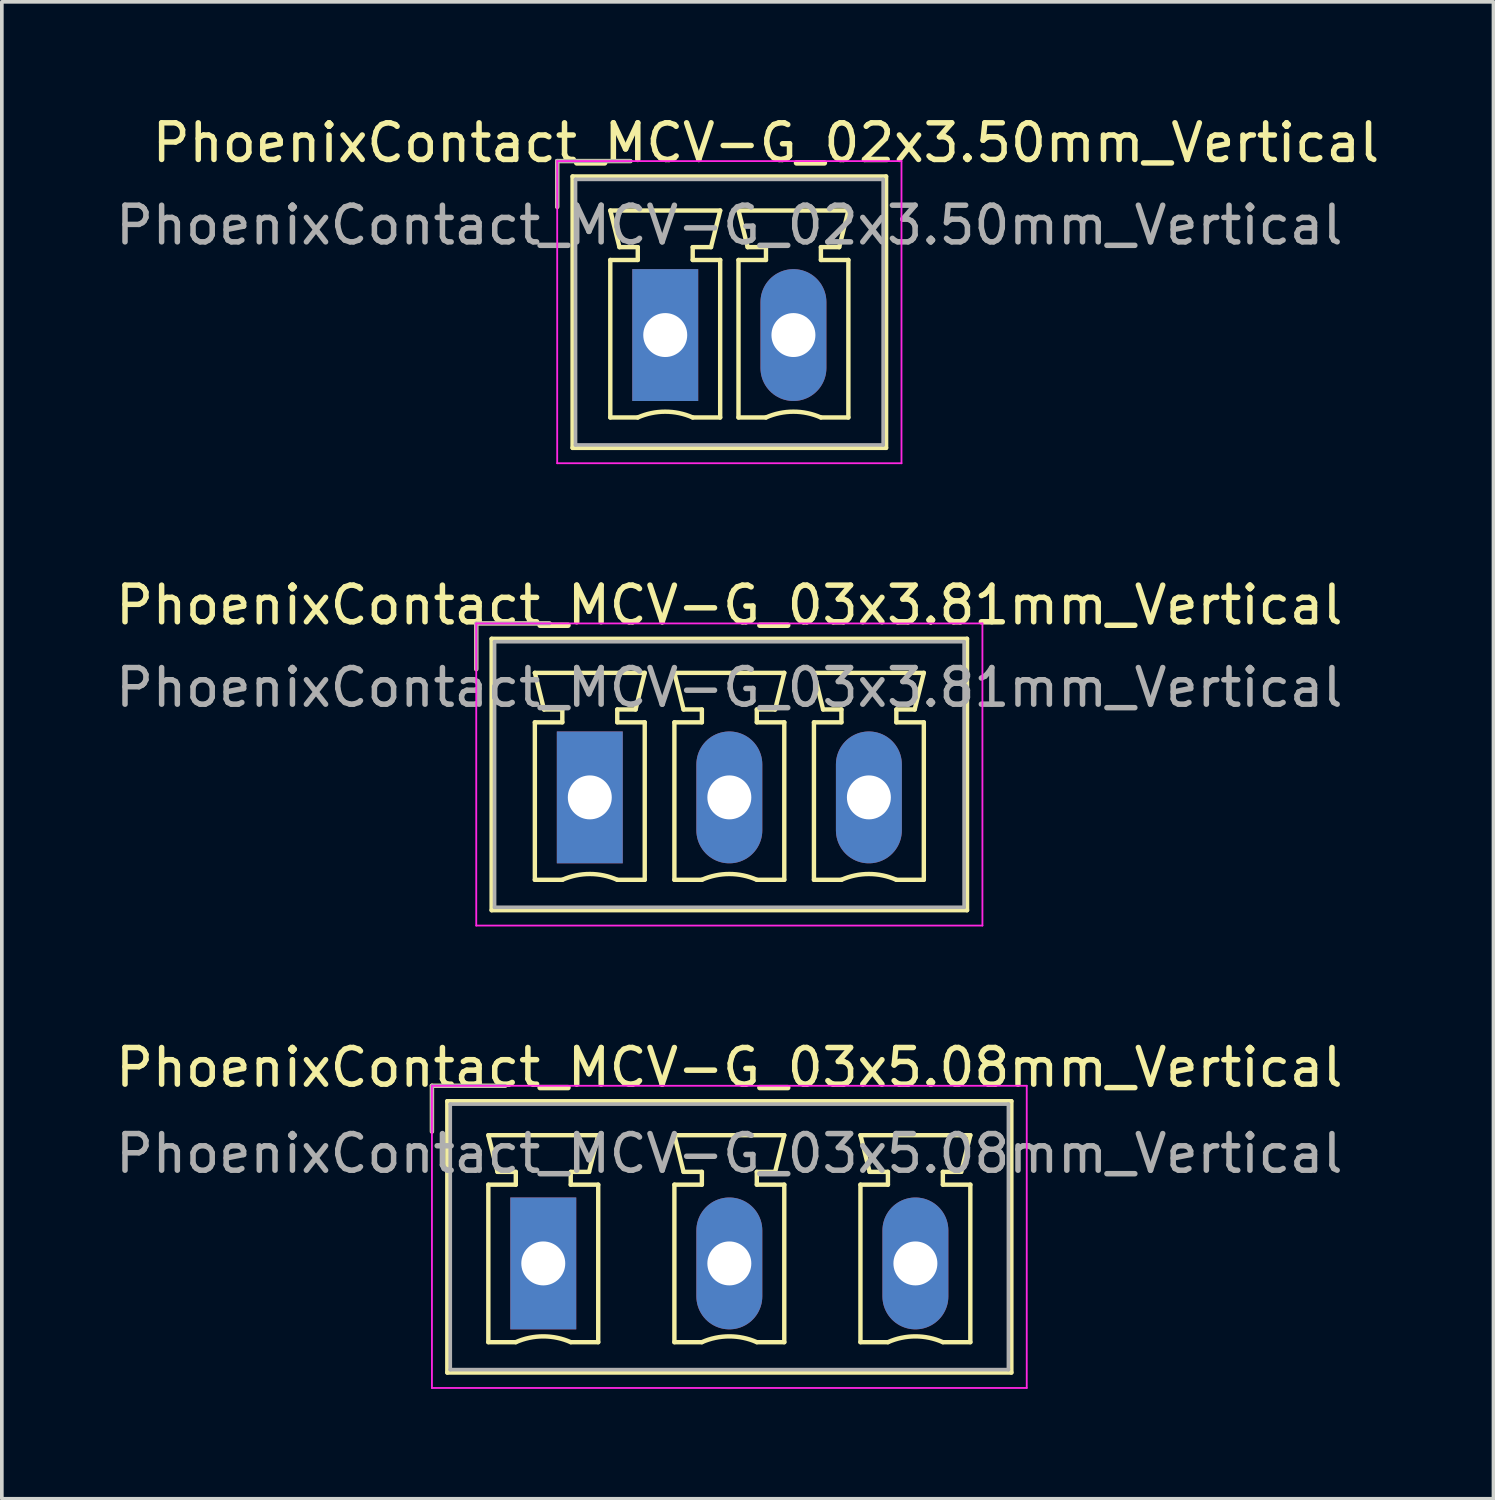
<source format=kicad_pcb>
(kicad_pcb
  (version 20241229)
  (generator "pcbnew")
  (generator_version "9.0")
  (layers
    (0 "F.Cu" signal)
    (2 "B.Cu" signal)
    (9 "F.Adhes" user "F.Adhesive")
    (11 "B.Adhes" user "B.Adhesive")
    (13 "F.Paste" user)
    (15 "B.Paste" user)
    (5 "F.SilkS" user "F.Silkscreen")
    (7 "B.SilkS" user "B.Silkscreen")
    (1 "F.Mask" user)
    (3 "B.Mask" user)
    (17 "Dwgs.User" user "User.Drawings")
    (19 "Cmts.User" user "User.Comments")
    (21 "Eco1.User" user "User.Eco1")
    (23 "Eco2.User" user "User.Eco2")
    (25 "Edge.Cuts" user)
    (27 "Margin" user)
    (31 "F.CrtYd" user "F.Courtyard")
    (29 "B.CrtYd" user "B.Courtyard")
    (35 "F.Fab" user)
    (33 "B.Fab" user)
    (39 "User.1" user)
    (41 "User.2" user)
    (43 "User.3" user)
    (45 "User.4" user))
  (footprint "PhoenixContact_MCV-G_02x3.50mm_Vertical"
    (layer "F.Cu")
    (at 15.113 6.098)
    (property "Reference" "PhoenixContact_MCV-G_02x3.50mm_Vertical" (at 2.75 -5.25 0) (layer "F.SilkS") (effects (font (size 1 1) (thickness 0.15))))
    (attr through_hole)
    (fp_line (start -2.95 -4.75) (end -0.95 -4.75) (stroke (width 0.12) (type solid)) (layer "F.SilkS"))
    (fp_line (start -2.95 -3.5) (end -2.95 -4.75) (stroke (width 0.12) (type solid)) (layer "F.SilkS"))
    (fp_line (start -2.53 -4.33) (end -2.53 3.08) (stroke (width 0.12) (type solid)) (layer "F.SilkS"))
    (fp_line (start -2.53 3.08) (end 6.03 3.08) (stroke (width 0.12) (type solid)) (layer "F.SilkS"))
    (fp_line (start -1.5 -3.4) (end 1.5 -3.4) (stroke (width 0.12) (type solid)) (layer "F.SilkS"))
    (fp_line (start -1.5 -2.05) (end -0.75 -2.05) (stroke (width 0.12) (type solid)) (layer "F.SilkS"))
    (fp_line (start -1.5 2.25) (end -1.5 -2.05) (stroke (width 0.12) (type solid)) (layer "F.SilkS"))
    (fp_line (start -1.25 -2.4) (end -1.5 -3.4) (stroke (width 0.12) (type solid)) (layer "F.SilkS"))
    (fp_line (start -0.75 -2.4) (end -1.25 -2.4) (stroke (width 0.12) (type solid)) (layer "F.SilkS"))
    (fp_line (start -0.75 -2.05) (end -0.75 -2.4) (stroke (width 0.12) (type solid)) (layer "F.SilkS"))
    (fp_line (start -0.75 2.25) (end -1.5 2.25) (stroke (width 0.12) (type solid)) (layer "F.SilkS"))
    (fp_line (start 0.75 -2.4) (end 0.75 -2.05) (stroke (width 0.12) (type solid)) (layer "F.SilkS"))
    (fp_line (start 0.75 -2.05) (end 1.5 -2.05) (stroke (width 0.12) (type solid)) (layer "F.SilkS"))
    (fp_line (start 1.25 -2.4) (end 0.75 -2.4) (stroke (width 0.12) (type solid)) (layer "F.SilkS"))
    (fp_line (start 1.5 -3.4) (end 1.25 -2.4) (stroke (width 0.12) (type solid)) (layer "F.SilkS"))
    (fp_line (start 1.5 -2.05) (end 1.5 2.25) (stroke (width 0.12) (type solid)) (layer "F.SilkS"))
    (fp_line (start 1.5 2.25) (end 0.75 2.25) (stroke (width 0.12) (type solid)) (layer "F.SilkS"))
    (fp_line (start 2 -3.4) (end 5 -3.4) (stroke (width 0.12) (type solid)) (layer "F.SilkS"))
    (fp_line (start 2 -2.05) (end 2.75 -2.05) (stroke (width 0.12) (type solid)) (layer "F.SilkS"))
    (fp_line (start 2 2.25) (end 2 -2.05) (stroke (width 0.12) (type solid)) (layer "F.SilkS"))
    (fp_line (start 2.25 -2.4) (end 2 -3.4) (stroke (width 0.12) (type solid)) (layer "F.SilkS"))
    (fp_line (start 2.75 -2.4) (end 2.25 -2.4) (stroke (width 0.12) (type solid)) (layer "F.SilkS"))
    (fp_line (start 2.75 -2.05) (end 2.75 -2.4) (stroke (width 0.12) (type solid)) (layer "F.SilkS"))
    (fp_line (start 2.75 2.25) (end 2 2.25) (stroke (width 0.12) (type solid)) (layer "F.SilkS"))
    (fp_line (start 4.25 -2.4) (end 4.25 -2.05) (stroke (width 0.12) (type solid)) (layer "F.SilkS"))
    (fp_line (start 4.25 -2.05) (end 5 -2.05) (stroke (width 0.12) (type solid)) (layer "F.SilkS"))
    (fp_line (start 4.75 -2.4) (end 4.25 -2.4) (stroke (width 0.12) (type solid)) (layer "F.SilkS"))
    (fp_line (start 5 -3.4) (end 4.75 -2.4) (stroke (width 0.12) (type solid)) (layer "F.SilkS"))
    (fp_line (start 5 -2.05) (end 5 2.25) (stroke (width 0.12) (type solid)) (layer "F.SilkS"))
    (fp_line (start 5 2.25) (end 4.25 2.25) (stroke (width 0.12) (type solid)) (layer "F.SilkS"))
    (fp_line (start 6.03 -4.33) (end -2.53 -4.33) (stroke (width 0.12) (type solid)) (layer "F.SilkS"))
    (fp_line (start 6.03 3.08) (end 6.03 -4.33) (stroke (width 0.12) (type solid)) (layer "F.SilkS"))
    (fp_arc (start -0.75 2.25) (mid -0.000193 2.09191) (end 0.749647 2.249844) (stroke (width 0.12) (type solid)) (layer "F.SilkS"))
    (fp_arc (start 2.75 2.25) (mid 3.499807 2.09191) (end 4.249647 2.249844) (stroke (width 0.12) (type solid)) (layer "F.SilkS"))
    (fp_line (start -2.95 -4.75) (end -2.95 3.5) (stroke (width 0.05) (type solid)) (layer "F.CrtYd"))
    (fp_line (start -2.95 3.5) (end 6.45 3.5) (stroke (width 0.05) (type solid)) (layer "F.CrtYd"))
    (fp_line (start 6.45 -4.75) (end -2.95 -4.75) (stroke (width 0.05) (type solid)) (layer "F.CrtYd"))
    (fp_line (start 6.45 3.5) (end 6.45 -4.75) (stroke (width 0.05) (type solid)) (layer "F.CrtYd"))
    (fp_line (start -2.95 -4.75) (end -0.95 -4.75) (stroke (width 0.1) (type solid)) (layer "F.Fab"))
    (fp_line (start -2.95 -3.5) (end -2.95 -4.75) (stroke (width 0.1) (type solid)) (layer "F.Fab"))
    (fp_line (start -2.45 -4.25) (end -2.45 3) (stroke (width 0.1) (type solid)) (layer "F.Fab"))
    (fp_line (start -2.45 3) (end 5.95 3) (stroke (width 0.1) (type solid)) (layer "F.Fab"))
    (fp_line (start 5.95 -4.25) (end -2.45 -4.25) (stroke (width 0.1) (type solid)) (layer "F.Fab"))
    (fp_line (start 5.95 3) (end 5.95 -4.25) (stroke (width 0.1) (type solid)) (layer "F.Fab"))
    (fp_text user "${REFERENCE}" (at 1.75 -3 0) (layer "F.Fab") (effects (font (size 1 1) (thickness 0.15))))
    (pad "1" thru_hole rect (at 0 0) (size 1.8 3.6) (drill 1.2) (layers "*.Cu" "*.Mask"))
    (pad "2" thru_hole oval (at 3.5 0) (size 1.8 3.6) (drill 1.2) (layers "*.Cu" "*.Mask")))
  (footprint "PhoenixContact_MCV-G_03x5.08mm_Vertical"
    (layer "F.Cu")
    (at 11.783 31.445)
    (property "Reference" "PhoenixContact_MCV-G_03x5.08mm_Vertical" (at 5.08 -5.35 0) (layer "F.SilkS") (effects (font (size 1 1) (thickness 0.15))))
    (attr through_hole)
    (fp_line (start -3.04 -4.85) (end -1.04 -4.85) (stroke (width 0.12) (type solid)) (layer "F.SilkS"))
    (fp_line (start -3.04 -3.6) (end -3.04 -4.85) (stroke (width 0.12) (type solid)) (layer "F.SilkS"))
    (fp_line (start -2.62 -4.43) (end -2.62 2.98) (stroke (width 0.12) (type solid)) (layer "F.SilkS"))
    (fp_line (start -2.62 2.98) (end 12.78 2.98) (stroke (width 0.12) (type solid)) (layer "F.SilkS"))
    (fp_line (start -1.5 -3.5) (end 1.5 -3.5) (stroke (width 0.12) (type solid)) (layer "F.SilkS"))
    (fp_line (start -1.5 -2.15) (end -0.75 -2.15) (stroke (width 0.12) (type solid)) (layer "F.SilkS"))
    (fp_line (start -1.5 2.15) (end -1.5 -2.15) (stroke (width 0.12) (type solid)) (layer "F.SilkS"))
    (fp_line (start -1.25 -2.5) (end -1.5 -3.5) (stroke (width 0.12) (type solid)) (layer "F.SilkS"))
    (fp_line (start -0.75 -2.5) (end -1.25 -2.5) (stroke (width 0.12) (type solid)) (layer "F.SilkS"))
    (fp_line (start -0.75 -2.15) (end -0.75 -2.5) (stroke (width 0.12) (type solid)) (layer "F.SilkS"))
    (fp_line (start -0.75 2.15) (end -1.5 2.15) (stroke (width 0.12) (type solid)) (layer "F.SilkS"))
    (fp_line (start 0.75 -2.5) (end 0.75 -2.15) (stroke (width 0.12) (type solid)) (layer "F.SilkS"))
    (fp_line (start 0.75 -2.15) (end 1.5 -2.15) (stroke (width 0.12) (type solid)) (layer "F.SilkS"))
    (fp_line (start 1.25 -2.5) (end 0.75 -2.5) (stroke (width 0.12) (type solid)) (layer "F.SilkS"))
    (fp_line (start 1.5 -3.5) (end 1.25 -2.5) (stroke (width 0.12) (type solid)) (layer "F.SilkS"))
    (fp_line (start 1.5 -2.15) (end 1.5 2.15) (stroke (width 0.12) (type solid)) (layer "F.SilkS"))
    (fp_line (start 1.5 2.15) (end 0.75 2.15) (stroke (width 0.12) (type solid)) (layer "F.SilkS"))
    (fp_line (start 3.58 -3.5) (end 6.58 -3.5) (stroke (width 0.12) (type solid)) (layer "F.SilkS"))
    (fp_line (start 3.58 -2.15) (end 4.33 -2.15) (stroke (width 0.12) (type solid)) (layer "F.SilkS"))
    (fp_line (start 3.58 2.15) (end 3.58 -2.15) (stroke (width 0.12) (type solid)) (layer "F.SilkS"))
    (fp_line (start 3.83 -2.5) (end 3.58 -3.5) (stroke (width 0.12) (type solid)) (layer "F.SilkS"))
    (fp_line (start 4.33 -2.5) (end 3.83 -2.5) (stroke (width 0.12) (type solid)) (layer "F.SilkS"))
    (fp_line (start 4.33 -2.15) (end 4.33 -2.5) (stroke (width 0.12) (type solid)) (layer "F.SilkS"))
    (fp_line (start 4.33 2.15) (end 3.58 2.15) (stroke (width 0.12) (type solid)) (layer "F.SilkS"))
    (fp_line (start 5.83 -2.5) (end 5.83 -2.15) (stroke (width 0.12) (type solid)) (layer "F.SilkS"))
    (fp_line (start 5.83 -2.15) (end 6.58 -2.15) (stroke (width 0.12) (type solid)) (layer "F.SilkS"))
    (fp_line (start 6.33 -2.5) (end 5.83 -2.5) (stroke (width 0.12) (type solid)) (layer "F.SilkS"))
    (fp_line (start 6.58 -3.5) (end 6.33 -2.5) (stroke (width 0.12) (type solid)) (layer "F.SilkS"))
    (fp_line (start 6.58 -2.15) (end 6.58 2.15) (stroke (width 0.12) (type solid)) (layer "F.SilkS"))
    (fp_line (start 6.58 2.15) (end 5.83 2.15) (stroke (width 0.12) (type solid)) (layer "F.SilkS"))
    (fp_line (start 8.66 -3.5) (end 11.66 -3.5) (stroke (width 0.12) (type solid)) (layer "F.SilkS"))
    (fp_line (start 8.66 -2.15) (end 9.41 -2.15) (stroke (width 0.12) (type solid)) (layer "F.SilkS"))
    (fp_line (start 8.66 2.15) (end 8.66 -2.15) (stroke (width 0.12) (type solid)) (layer "F.SilkS"))
    (fp_line (start 8.91 -2.5) (end 8.66 -3.5) (stroke (width 0.12) (type solid)) (layer "F.SilkS"))
    (fp_line (start 9.41 -2.5) (end 8.91 -2.5) (stroke (width 0.12) (type solid)) (layer "F.SilkS"))
    (fp_line (start 9.41 -2.15) (end 9.41 -2.5) (stroke (width 0.12) (type solid)) (layer "F.SilkS"))
    (fp_line (start 9.41 2.15) (end 8.66 2.15) (stroke (width 0.12) (type solid)) (layer "F.SilkS"))
    (fp_line (start 10.91 -2.5) (end 10.91 -2.15) (stroke (width 0.12) (type solid)) (layer "F.SilkS"))
    (fp_line (start 10.91 -2.15) (end 11.66 -2.15) (stroke (width 0.12) (type solid)) (layer "F.SilkS"))
    (fp_line (start 11.41 -2.5) (end 10.91 -2.5) (stroke (width 0.12) (type solid)) (layer "F.SilkS"))
    (fp_line (start 11.66 -3.5) (end 11.41 -2.5) (stroke (width 0.12) (type solid)) (layer "F.SilkS"))
    (fp_line (start 11.66 -2.15) (end 11.66 2.15) (stroke (width 0.12) (type solid)) (layer "F.SilkS"))
    (fp_line (start 11.66 2.15) (end 10.91 2.15) (stroke (width 0.12) (type solid)) (layer "F.SilkS"))
    (fp_line (start 12.78 -4.43) (end -2.62 -4.43) (stroke (width 0.12) (type solid)) (layer "F.SilkS"))
    (fp_line (start 12.78 2.98) (end 12.78 -4.43) (stroke (width 0.12) (type solid)) (layer "F.SilkS"))
    (fp_arc (start -0.75 2.15) (mid -0.000193 1.99191) (end 0.749647 2.149844) (stroke (width 0.12) (type solid)) (layer "F.SilkS"))
    (fp_arc (start 4.33 2.15) (mid 5.079807 1.99191) (end 5.829647 2.149844) (stroke (width 0.12) (type solid)) (layer "F.SilkS"))
    (fp_arc (start 9.41 2.15) (mid 10.159807 1.99191) (end 10.909647 2.149844) (stroke (width 0.12) (type solid)) (layer "F.SilkS"))
    (fp_line (start -3.04 -4.85) (end -3.04 3.4) (stroke (width 0.05) (type solid)) (layer "F.CrtYd"))
    (fp_line (start -3.04 3.4) (end 13.2 3.4) (stroke (width 0.05) (type solid)) (layer "F.CrtYd"))
    (fp_line (start 13.2 -4.85) (end -3.04 -4.85) (stroke (width 0.05) (type solid)) (layer "F.CrtYd"))
    (fp_line (start 13.2 3.4) (end 13.2 -4.85) (stroke (width 0.05) (type solid)) (layer "F.CrtYd"))
    (fp_line (start -3.04 -4.85) (end -1.04 -4.85) (stroke (width 0.1) (type solid)) (layer "F.Fab"))
    (fp_line (start -3.04 -3.6) (end -3.04 -4.85) (stroke (width 0.1) (type solid)) (layer "F.Fab"))
    (fp_line (start -2.54 -4.35) (end -2.54 2.9) (stroke (width 0.1) (type solid)) (layer "F.Fab"))
    (fp_line (start -2.54 2.9) (end 12.7 2.9) (stroke (width 0.1) (type solid)) (layer "F.Fab"))
    (fp_line (start 12.7 -4.35) (end -2.54 -4.35) (stroke (width 0.1) (type solid)) (layer "F.Fab"))
    (fp_line (start 12.7 2.9) (end 12.7 -4.35) (stroke (width 0.1) (type solid)) (layer "F.Fab"))
    (fp_text user "${REFERENCE}" (at 5.08 -3 0) (layer "F.Fab") (effects (font (size 1 1) (thickness 0.15))))
    (pad "1" thru_hole rect (at 0 0) (size 1.8 3.6) (drill 1.2) (layers "*.Cu" "*.Mask"))
    (pad "2" thru_hole oval (at 5.08 0) (size 1.8 3.6) (drill 1.2) (layers "*.Cu" "*.Mask"))
    (pad "3" thru_hole oval (at 10.16 0) (size 1.8 3.6) (drill 1.2) (layers "*.Cu" "*.Mask")))
  (footprint "PhoenixContact_MCV-G_03x3.81mm_Vertical"
    (layer "F.Cu")
    (at 13.053 18.721)
    (property "Reference" "PhoenixContact_MCV-G_03x3.81mm_Vertical" (at 3.81 -5.25 0) (layer "F.SilkS") (effects (font (size 1 1) (thickness 0.15))))
    (attr through_hole)
    (fp_line (start -3.1 -4.75) (end -1.1 -4.75) (stroke (width 0.12) (type solid)) (layer "F.SilkS"))
    (fp_line (start -3.1 -3.5) (end -3.1 -4.75) (stroke (width 0.12) (type solid)) (layer "F.SilkS"))
    (fp_line (start -2.68 -4.33) (end -2.68 3.08) (stroke (width 0.12) (type solid)) (layer "F.SilkS"))
    (fp_line (start -2.68 3.08) (end 10.3 3.08) (stroke (width 0.12) (type solid)) (layer "F.SilkS"))
    (fp_line (start -1.5 -3.4) (end 1.5 -3.4) (stroke (width 0.12) (type solid)) (layer "F.SilkS"))
    (fp_line (start -1.5 -2.05) (end -0.75 -2.05) (stroke (width 0.12) (type solid)) (layer "F.SilkS"))
    (fp_line (start -1.5 2.25) (end -1.5 -2.05) (stroke (width 0.12) (type solid)) (layer "F.SilkS"))
    (fp_line (start -1.25 -2.4) (end -1.5 -3.4) (stroke (width 0.12) (type solid)) (layer "F.SilkS"))
    (fp_line (start -0.75 -2.4) (end -1.25 -2.4) (stroke (width 0.12) (type solid)) (layer "F.SilkS"))
    (fp_line (start -0.75 -2.05) (end -0.75 -2.4) (stroke (width 0.12) (type solid)) (layer "F.SilkS"))
    (fp_line (start -0.75 2.25) (end -1.5 2.25) (stroke (width 0.12) (type solid)) (layer "F.SilkS"))
    (fp_line (start 0.75 -2.4) (end 0.75 -2.05) (stroke (width 0.12) (type solid)) (layer "F.SilkS"))
    (fp_line (start 0.75 -2.05) (end 1.5 -2.05) (stroke (width 0.12) (type solid)) (layer "F.SilkS"))
    (fp_line (start 1.25 -2.4) (end 0.75 -2.4) (stroke (width 0.12) (type solid)) (layer "F.SilkS"))
    (fp_line (start 1.5 -3.4) (end 1.25 -2.4) (stroke (width 0.12) (type solid)) (layer "F.SilkS"))
    (fp_line (start 1.5 -2.05) (end 1.5 2.25) (stroke (width 0.12) (type solid)) (layer "F.SilkS"))
    (fp_line (start 1.5 2.25) (end 0.75 2.25) (stroke (width 0.12) (type solid)) (layer "F.SilkS"))
    (fp_line (start 2.31 -3.4) (end 5.31 -3.4) (stroke (width 0.12) (type solid)) (layer "F.SilkS"))
    (fp_line (start 2.31 -2.05) (end 3.06 -2.05) (stroke (width 0.12) (type solid)) (layer "F.SilkS"))
    (fp_line (start 2.31 2.25) (end 2.31 -2.05) (stroke (width 0.12) (type solid)) (layer "F.SilkS"))
    (fp_line (start 2.56 -2.4) (end 2.31 -3.4) (stroke (width 0.12) (type solid)) (layer "F.SilkS"))
    (fp_line (start 3.06 -2.4) (end 2.56 -2.4) (stroke (width 0.12) (type solid)) (layer "F.SilkS"))
    (fp_line (start 3.06 -2.05) (end 3.06 -2.4) (stroke (width 0.12) (type solid)) (layer "F.SilkS"))
    (fp_line (start 3.06 2.25) (end 2.31 2.25) (stroke (width 0.12) (type solid)) (layer "F.SilkS"))
    (fp_line (start 4.56 -2.4) (end 4.56 -2.05) (stroke (width 0.12) (type solid)) (layer "F.SilkS"))
    (fp_line (start 4.56 -2.05) (end 5.31 -2.05) (stroke (width 0.12) (type solid)) (layer "F.SilkS"))
    (fp_line (start 5.06 -2.4) (end 4.56 -2.4) (stroke (width 0.12) (type solid)) (layer "F.SilkS"))
    (fp_line (start 5.31 -3.4) (end 5.06 -2.4) (stroke (width 0.12) (type solid)) (layer "F.SilkS"))
    (fp_line (start 5.31 -2.05) (end 5.31 2.25) (stroke (width 0.12) (type solid)) (layer "F.SilkS"))
    (fp_line (start 5.31 2.25) (end 4.56 2.25) (stroke (width 0.12) (type solid)) (layer "F.SilkS"))
    (fp_line (start 6.12 -3.4) (end 9.12 -3.4) (stroke (width 0.12) (type solid)) (layer "F.SilkS"))
    (fp_line (start 6.12 -2.05) (end 6.87 -2.05) (stroke (width 0.12) (type solid)) (layer "F.SilkS"))
    (fp_line (start 6.12 2.25) (end 6.12 -2.05) (stroke (width 0.12) (type solid)) (layer "F.SilkS"))
    (fp_line (start 6.37 -2.4) (end 6.12 -3.4) (stroke (width 0.12) (type solid)) (layer "F.SilkS"))
    (fp_line (start 6.87 -2.4) (end 6.37 -2.4) (stroke (width 0.12) (type solid)) (layer "F.SilkS"))
    (fp_line (start 6.87 -2.05) (end 6.87 -2.4) (stroke (width 0.12) (type solid)) (layer "F.SilkS"))
    (fp_line (start 6.87 2.25) (end 6.12 2.25) (stroke (width 0.12) (type solid)) (layer "F.SilkS"))
    (fp_line (start 8.37 -2.4) (end 8.37 -2.05) (stroke (width 0.12) (type solid)) (layer "F.SilkS"))
    (fp_line (start 8.37 -2.05) (end 9.12 -2.05) (stroke (width 0.12) (type solid)) (layer "F.SilkS"))
    (fp_line (start 8.87 -2.4) (end 8.37 -2.4) (stroke (width 0.12) (type solid)) (layer "F.SilkS"))
    (fp_line (start 9.12 -3.4) (end 8.87 -2.4) (stroke (width 0.12) (type solid)) (layer "F.SilkS"))
    (fp_line (start 9.12 -2.05) (end 9.12 2.25) (stroke (width 0.12) (type solid)) (layer "F.SilkS"))
    (fp_line (start 9.12 2.25) (end 8.37 2.25) (stroke (width 0.12) (type solid)) (layer "F.SilkS"))
    (fp_line (start 10.3 -4.33) (end -2.68 -4.33) (stroke (width 0.12) (type solid)) (layer "F.SilkS"))
    (fp_line (start 10.3 3.08) (end 10.3 -4.33) (stroke (width 0.12) (type solid)) (layer "F.SilkS"))
    (fp_arc (start -0.75 2.25) (mid -0.000193 2.09191) (end 0.749647 2.249844) (stroke (width 0.12) (type solid)) (layer "F.SilkS"))
    (fp_arc (start 3.06 2.25) (mid 3.809807 2.09191) (end 4.559647 2.249844) (stroke (width 0.12) (type solid)) (layer "F.SilkS"))
    (fp_arc (start 6.87 2.25) (mid 7.619807 2.09191) (end 8.369647 2.249844) (stroke (width 0.12) (type solid)) (layer "F.SilkS"))
    (fp_line (start -3.1 -4.75) (end -3.1 3.5) (stroke (width 0.05) (type solid)) (layer "F.CrtYd"))
    (fp_line (start -3.1 3.5) (end 10.72 3.5) (stroke (width 0.05) (type solid)) (layer "F.CrtYd"))
    (fp_line (start 10.72 -4.75) (end -3.1 -4.75) (stroke (width 0.05) (type solid)) (layer "F.CrtYd"))
    (fp_line (start 10.72 3.5) (end 10.72 -4.75) (stroke (width 0.05) (type solid)) (layer "F.CrtYd"))
    (fp_line (start -3.1 -4.75) (end -1.1 -4.75) (stroke (width 0.1) (type solid)) (layer "F.Fab"))
    (fp_line (start -3.1 -3.5) (end -3.1 -4.75) (stroke (width 0.1) (type solid)) (layer "F.Fab"))
    (fp_line (start -2.6 -4.25) (end -2.6 3) (stroke (width 0.1) (type solid)) (layer "F.Fab"))
    (fp_line (start -2.6 3) (end 10.22 3) (stroke (width 0.1) (type solid)) (layer "F.Fab"))
    (fp_line (start 10.22 -4.25) (end -2.6 -4.25) (stroke (width 0.1) (type solid)) (layer "F.Fab"))
    (fp_line (start 10.22 3) (end 10.22 -4.25) (stroke (width 0.1) (type solid)) (layer "F.Fab"))
    (fp_text user "${REFERENCE}" (at 3.81 -3 0) (layer "F.Fab") (effects (font (size 1 1) (thickness 0.15))))
    (pad "1" thru_hole rect (at 0 0) (size 1.8 3.6) (drill 1.2) (layers "*.Cu" "*.Mask"))
    (pad "2" thru_hole oval (at 3.81 0) (size 1.8 3.6) (drill 1.2) (layers "*.Cu" "*.Mask"))
    (pad "3" thru_hole oval (at 7.62 0) (size 1.8 3.6) (drill 1.2) (layers "*.Cu" "*.Mask")))
  (gr_rect
    (start -3 -3)
    (end 37.726 37.87)
    (stroke (width 0.1) (type default))
    (fill no)
    (layer "Edge.Cuts")))
</source>
